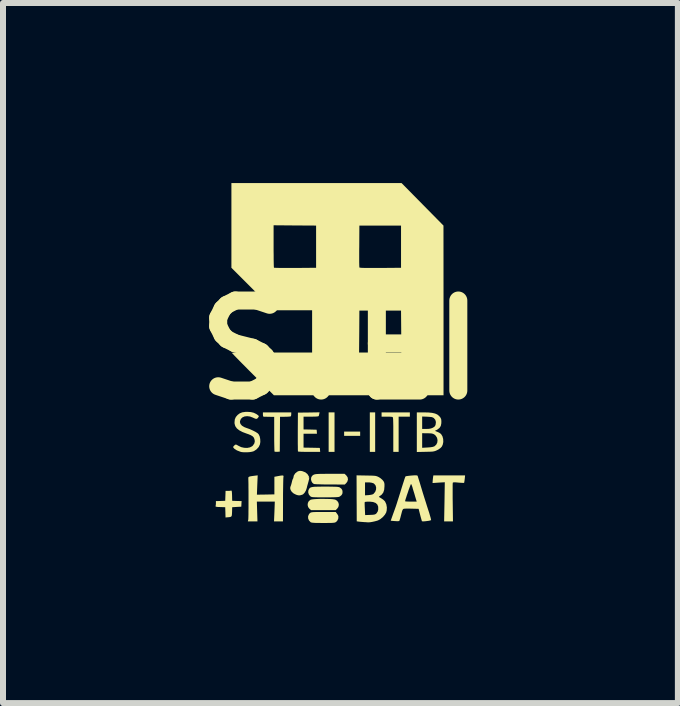
<source format=kicad_pcb>
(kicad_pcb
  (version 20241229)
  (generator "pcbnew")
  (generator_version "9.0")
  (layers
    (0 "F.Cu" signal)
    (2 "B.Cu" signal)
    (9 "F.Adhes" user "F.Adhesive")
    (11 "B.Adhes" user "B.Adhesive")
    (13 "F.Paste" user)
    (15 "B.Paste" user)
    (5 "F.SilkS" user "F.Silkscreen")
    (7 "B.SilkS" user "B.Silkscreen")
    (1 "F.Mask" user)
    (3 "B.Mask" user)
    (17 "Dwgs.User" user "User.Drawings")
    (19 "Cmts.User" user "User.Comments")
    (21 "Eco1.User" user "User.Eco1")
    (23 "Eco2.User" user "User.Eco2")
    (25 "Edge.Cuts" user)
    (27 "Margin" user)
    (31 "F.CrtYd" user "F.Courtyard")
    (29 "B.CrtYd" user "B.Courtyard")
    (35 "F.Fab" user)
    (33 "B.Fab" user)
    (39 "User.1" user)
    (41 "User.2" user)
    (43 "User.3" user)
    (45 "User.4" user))
  (footprint "STEI"
    (layer "F.Cu")
    (at 2.621 2.778)
    (property "Reference" "STEI" (at 0 0 0) (layer "F.SilkS") (effects (font (size 1.5 1.5) (thickness 0.3))))
    (attr board_only exclude_from_pos_files exclude_from_bom)
    (fp_poly (pts (xy -0.098 1.371) (xy -0.098 1.7) (xy -0.147 1.7) (xy -0.196 1.7) (xy -0.196 1.371) (xy -0.196 1.042) (xy -0.147 1.042) (xy -0.098 1.042)) (stroke (width 0) (type solid)) (fill yes) (layer "F.SilkS"))
    (fp_poly (pts (xy 0.329 1.398) (xy 0.329 1.433) (xy 0.196 1.433) (xy 0.062 1.433) (xy 0.062 1.398) (xy 0.062 1.362) (xy 0.196 1.362) (xy 0.329 1.362)) (stroke (width 0) (type solid)) (fill yes) (layer "F.SilkS"))
    (fp_poly (pts (xy 0.579 1.371) (xy 0.579 1.7) (xy 0.534 1.7) (xy 0.49 1.7) (xy 0.49 1.371) (xy 0.49 1.042) (xy 0.534 1.042) (xy 0.579 1.042)) (stroke (width 0) (type solid)) (fill yes) (layer "F.SilkS"))
    (fp_poly (pts (xy -0.226 2.484) (xy -0.175 2.485) (xy -0.131 2.488) (xy -0.099 2.493) (xy -0.085 2.496) (xy -0.052 2.518) (xy -0.032 2.549) (xy -0.026 2.583) (xy -0.034 2.618) (xy -0.053 2.645) (xy -0.079 2.671) (xy -0.284 2.671) (xy -0.488 2.671) (xy -0.515 2.649) (xy -0.537 2.62) (xy -0.546 2.585) (xy -0.542 2.551) (xy -0.526 2.52) (xy -0.498 2.498) (xy -0.495 2.497) (xy -0.473 2.492) (xy -0.437 2.488) (xy -0.391 2.485) (xy -0.338 2.483) (xy -0.282 2.483)) (stroke (width 0) (type solid)) (fill yes) (layer "F.SilkS"))
    (fp_poly (pts (xy 1.157 1.077) (xy 1.157 1.113) (xy 1.064 1.113) (xy 0.97 1.113) (xy 0.97 1.407) (xy 0.97 1.7) (xy 0.926 1.7) (xy 0.881 1.7) (xy 0.881 1.412) (xy 0.881 1.332) (xy 0.881 1.268) (xy 0.88 1.218) (xy 0.879 1.181) (xy 0.878 1.154) (xy 0.876 1.136) (xy 0.873 1.125) (xy 0.87 1.12) (xy 0.867 1.118) (xy 0.853 1.116) (xy 0.825 1.114) (xy 0.789 1.113) (xy 0.769 1.113) (xy 0.686 1.113) (xy 0.686 1.077) (xy 0.686 1.042) (xy 0.921 1.042) (xy 1.157 1.042)) (stroke (width 0) (type solid)) (fill yes) (layer "F.SilkS"))
    (fp_poly (pts (xy 0.097 2.091) (xy 0.12 2.123) (xy 0.126 2.159) (xy 0.116 2.194) (xy 0.099 2.218) (xy 0.073 2.244) (xy -0.175 2.243) (xy -0.241 2.243) (xy -0.301 2.242) (xy -0.354 2.24) (xy -0.397 2.239) (xy -0.427 2.237) (xy -0.442 2.235) (xy -0.442 2.235) (xy -0.466 2.217) (xy -0.483 2.188) (xy -0.49 2.156) (xy -0.486 2.125) (xy -0.478 2.11) (xy -0.468 2.097) (xy -0.457 2.087) (xy -0.444 2.08) (xy -0.427 2.074) (xy -0.403 2.07) (xy -0.37 2.068) (xy -0.327 2.066) (xy -0.271 2.066) (xy -0.199 2.065) (xy -0.177 2.065) (xy 0.069 2.065)) (stroke (width 0) (type solid)) (fill yes) (layer "F.SilkS"))
    (fp_poly (pts (xy -0.819 1.072) (xy -0.821 1.094) (xy -0.827 1.108) (xy -0.828 1.109) (xy -0.841 1.111) (xy -0.866 1.113) (xy -0.901 1.115) (xy -0.922 1.115) (xy -1.006 1.116) (xy -1.008 1.406) (xy -1.01 1.696) (xy -1.052 1.699) (xy -1.077 1.699) (xy -1.095 1.696) (xy -1.098 1.694) (xy -1.099 1.683) (xy -1.1 1.657) (xy -1.101 1.618) (xy -1.102 1.567) (xy -1.103 1.507) (xy -1.103 1.44) (xy -1.103 1.402) (xy -1.103 1.117) (xy -1.186 1.116) (xy -1.224 1.115) (xy -1.255 1.114) (xy -1.275 1.114) (xy -1.28 1.114) (xy -1.288 1.105) (xy -1.291 1.081) (xy -1.291 1.077) (xy -1.291 1.042) (xy -1.055 1.042) (xy -0.819 1.042)) (stroke (width 0) (type solid)) (fill yes) (layer "F.SilkS"))
    (fp_poly (pts (xy 2.071 2.152) (xy 2.067 2.183) (xy 2.063 2.206) (xy 2.061 2.216) (xy 2.051 2.217) (xy 2.027 2.216) (xy 1.993 2.214) (xy 1.966 2.212) (xy 1.924 2.208) (xy 1.896 2.207) (xy 1.88 2.209) (xy 1.872 2.214) (xy 1.872 2.215) (xy 1.871 2.226) (xy 1.87 2.253) (xy 1.87 2.294) (xy 1.87 2.346) (xy 1.87 2.407) (xy 1.87 2.476) (xy 1.871 2.542) (xy 1.875 2.858) (xy 1.801 2.858) (xy 1.728 2.858) (xy 1.734 2.532) (xy 1.739 2.206) (xy 1.637 2.212) (xy 1.535 2.219) (xy 1.538 2.175) (xy 1.541 2.145) (xy 1.544 2.12) (xy 1.545 2.112) (xy 1.549 2.092) (xy 1.813 2.092) (xy 2.077 2.092)) (stroke (width 0) (type solid)) (fill yes) (layer "F.SilkS"))
    (fp_poly (pts (xy -0.058 2.728) (xy -0.043 2.75) (xy -0.034 2.771) (xy -0.034 2.772) (xy -0.035 2.808) (xy -0.049 2.842) (xy -0.07 2.866) (xy -0.08 2.872) (xy -0.091 2.877) (xy -0.106 2.88) (xy -0.128 2.882) (xy -0.159 2.884) (xy -0.201 2.884) (xy -0.257 2.885) (xy -0.287 2.885) (xy -0.352 2.884) (xy -0.402 2.884) (xy -0.438 2.882) (xy -0.464 2.88) (xy -0.482 2.877) (xy -0.493 2.873) (xy -0.497 2.871) (xy -0.524 2.842) (xy -0.538 2.807) (xy -0.538 2.771) (xy -0.523 2.737) (xy -0.511 2.723) (xy -0.503 2.717) (xy -0.495 2.711) (xy -0.484 2.708) (xy -0.468 2.705) (xy -0.444 2.703) (xy -0.411 2.702) (xy -0.364 2.702) (xy -0.303 2.702) (xy -0.283 2.702) (xy -0.078 2.702)) (stroke (width 0) (type solid)) (fill yes) (layer "F.SilkS"))
    (fp_poly (pts (xy -1.811 2.352) (xy -1.808 2.37) (xy -1.806 2.402) (xy -1.805 2.427) (xy -1.803 2.515) (xy -1.724 2.518) (xy -1.646 2.52) (xy -1.649 2.567) (xy -1.651 2.613) (xy -1.727 2.617) (xy -1.803 2.622) (xy -1.805 2.7) (xy -1.807 2.739) (xy -1.81 2.763) (xy -1.818 2.777) (xy -1.832 2.784) (xy -1.856 2.788) (xy -1.872 2.789) (xy -1.914 2.793) (xy -1.916 2.708) (xy -1.919 2.622) (xy -2.002 2.619) (xy -2.041 2.618) (xy -2.065 2.615) (xy -2.077 2.612) (xy -2.08 2.606) (xy -2.08 2.603) (xy -2.076 2.585) (xy -2.074 2.56) (xy -2.074 2.555) (xy -2.074 2.52) (xy -1.996 2.518) (xy -1.919 2.515) (xy -1.916 2.433) (xy -1.913 2.35) (xy -1.874 2.35) (xy -1.847 2.349) (xy -1.826 2.346) (xy -1.822 2.345) (xy -1.815 2.345)) (stroke (width 0) (type solid)) (fill yes) (layer "F.SilkS"))
    (fp_poly (pts (xy -0.352 1.066) (xy -0.357 1.088) (xy -0.361 1.102) (xy -0.368 1.107) (xy -0.386 1.11) (xy -0.417 1.112) (xy -0.463 1.113) (xy -0.489 1.113) (xy -0.614 1.113) (xy -0.614 1.219) (xy -0.614 1.326) (xy -0.505 1.328) (xy -0.396 1.331) (xy -0.393 1.364) (xy -0.391 1.398) (xy -0.502 1.398) (xy -0.614 1.398) (xy -0.614 1.513) (xy -0.614 1.629) (xy -0.479 1.631) (xy -0.343 1.634) (xy -0.34 1.667) (xy -0.337 1.7) (xy -0.52 1.7) (xy -0.575 1.7) (xy -0.624 1.699) (xy -0.664 1.698) (xy -0.692 1.696) (xy -0.706 1.694) (xy -0.707 1.693) (xy -0.708 1.683) (xy -0.709 1.657) (xy -0.709 1.617) (xy -0.71 1.566) (xy -0.71 1.505) (xy -0.71 1.436) (xy -0.71 1.366) (xy -0.708 1.046) (xy -0.527 1.044) (xy -0.347 1.041)) (stroke (width 0) (type solid)) (fill yes) (layer "F.SilkS"))
    (fp_poly (pts (xy -0.183 2.279) (xy -0.129 2.28) (xy -0.087 2.281) (xy -0.057 2.282) (xy -0.036 2.285) (xy -0.021 2.288) (xy -0.011 2.292) (xy -0.009 2.294) (xy 0.019 2.316) (xy 0.032 2.34) (xy 0.036 2.368) (xy 0.032 2.399) (xy 0.017 2.422) (xy -0.009 2.443) (xy -0.018 2.447) (xy -0.03 2.451) (xy -0.049 2.453) (xy -0.077 2.455) (xy -0.114 2.456) (xy -0.165 2.457) (xy -0.23 2.457) (xy -0.255 2.457) (xy -0.324 2.457) (xy -0.377 2.457) (xy -0.418 2.456) (xy -0.447 2.455) (xy -0.468 2.453) (xy -0.482 2.45) (xy -0.492 2.446) (xy -0.5 2.44) (xy -0.502 2.439) (xy -0.525 2.411) (xy -0.536 2.378) (xy -0.534 2.344) (xy -0.529 2.332) (xy -0.521 2.316) (xy -0.512 2.304) (xy -0.5 2.295) (xy -0.483 2.289) (xy -0.459 2.284) (xy -0.426 2.281) (xy -0.382 2.28) (xy -0.324 2.279) (xy -0.254 2.279)) (stroke (width 0) (type solid)) (fill yes) (layer "F.SilkS"))
    (fp_poly (pts (xy -0.645 2.019) (xy -0.632 2.022) (xy -0.584 2.041) (xy -0.55 2.069) (xy -0.53 2.101) (xy -0.522 2.119) (xy -0.52 2.135) (xy -0.522 2.154) (xy -0.529 2.182) (xy -0.532 2.195) (xy -0.543 2.234) (xy -0.554 2.273) (xy -0.56 2.3) (xy -0.575 2.344) (xy -0.596 2.38) (xy -0.62 2.405) (xy -0.632 2.412) (xy -0.664 2.422) (xy -0.69 2.425) (xy -0.718 2.42) (xy -0.739 2.413) (xy -0.779 2.393) (xy -0.81 2.366) (xy -0.83 2.334) (xy -0.837 2.302) (xy -0.83 2.273) (xy -0.823 2.256) (xy -0.815 2.228) (xy -0.81 2.208) (xy -0.803 2.179) (xy -0.796 2.158) (xy -0.792 2.15) (xy -0.785 2.137) (xy -0.785 2.134) (xy -0.784 2.132) (xy -0.534 2.132) (xy -0.53 2.137) (xy -0.525 2.132) (xy -0.53 2.128) (xy -0.534 2.132) (xy -0.784 2.132) (xy -0.776 2.094) (xy -0.753 2.058) (xy -0.718 2.03) (xy -0.699 2.021) (xy -0.674 2.016)) (stroke (width 0) (type solid)) (fill yes) (layer "F.SilkS"))
    (fp_poly (pts (xy -1.385 2.252) (xy -1.391 2.413) (xy -1.245 2.411) (xy -1.1 2.408) (xy -1.1 2.261) (xy -1.1 2.115) (xy -1.042 2.104) (xy -0.999 2.096) (xy -0.971 2.093) (xy -0.955 2.094) (xy -0.948 2.101) (xy -0.948 2.114) (xy -0.95 2.126) (xy -0.951 2.142) (xy -0.952 2.174) (xy -0.953 2.219) (xy -0.954 2.276) (xy -0.955 2.342) (xy -0.956 2.414) (xy -0.956 2.492) (xy -0.956 2.508) (xy -0.957 2.858) (xy -1.031 2.858) (xy -1.106 2.858) (xy -1.099 2.693) (xy -1.093 2.528) (xy -1.242 2.528) (xy -1.392 2.528) (xy -1.387 2.693) (xy -1.382 2.858) (xy -1.462 2.858) (xy -1.542 2.858) (xy -1.535 2.829) (xy -1.534 2.815) (xy -1.533 2.786) (xy -1.532 2.744) (xy -1.532 2.691) (xy -1.531 2.631) (xy -1.531 2.565) (xy -1.531 2.496) (xy -1.531 2.426) (xy -1.531 2.357) (xy -1.532 2.294) (xy -1.532 2.236) (xy -1.533 2.188) (xy -1.534 2.152) (xy -1.534 2.146) (xy -1.534 2.131) (xy -1.53 2.12) (xy -1.519 2.113) (xy -1.498 2.107) (xy -1.465 2.102) (xy -1.427 2.097) (xy -1.378 2.091)) (stroke (width 0) (type solid)) (fill yes) (layer "F.SilkS"))
    (fp_poly (pts (xy -1.492 1.037) (xy -1.445 1.048) (xy -1.403 1.068) (xy -1.384 1.081) (xy -1.365 1.096) (xy -1.359 1.107) (xy -1.363 1.117) (xy -1.369 1.126) (xy -1.383 1.143) (xy -1.397 1.15) (xy -1.415 1.148) (xy -1.442 1.137) (xy -1.456 1.13) (xy -1.506 1.111) (xy -1.554 1.105) (xy -1.597 1.11) (xy -1.633 1.126) (xy -1.659 1.152) (xy -1.672 1.187) (xy -1.674 1.203) (xy -1.665 1.235) (xy -1.64 1.264) (xy -1.6 1.288) (xy -1.569 1.3) (xy -1.51 1.321) (xy -1.457 1.345) (xy -1.412 1.368) (xy -1.378 1.39) (xy -1.362 1.407) (xy -1.345 1.442) (xy -1.336 1.487) (xy -1.334 1.535) (xy -1.341 1.576) (xy -1.362 1.62) (xy -1.398 1.659) (xy -1.442 1.688) (xy -1.471 1.697) (xy -1.512 1.704) (xy -1.559 1.707) (xy -1.605 1.707) (xy -1.647 1.703) (xy -1.669 1.697) (xy -1.725 1.675) (xy -1.765 1.649) (xy -1.775 1.639) (xy -1.786 1.625) (xy -1.786 1.615) (xy -1.775 1.601) (xy -1.772 1.598) (xy -1.756 1.583) (xy -1.743 1.578) (xy -1.728 1.582) (xy -1.704 1.596) (xy -1.7 1.598) (xy -1.653 1.621) (xy -1.603 1.632) (xy -1.553 1.634) (xy -1.507 1.625) (xy -1.47 1.606) (xy -1.456 1.592) (xy -1.433 1.557) (xy -1.426 1.521) (xy -1.433 1.486) (xy -1.444 1.46) (xy -1.463 1.44) (xy -1.493 1.422) (xy -1.536 1.404) (xy -1.558 1.397) (xy -1.63 1.37) (xy -1.685 1.341) (xy -1.725 1.309) (xy -1.751 1.272) (xy -1.763 1.231) (xy -1.764 1.207) (xy -1.759 1.158) (xy -1.742 1.119) (xy -1.712 1.084) (xy -1.677 1.058) (xy -1.635 1.041) (xy -1.583 1.034) (xy -1.552 1.033)) (stroke (width 0) (type solid)) (fill yes) (layer "F.SilkS"))
    (fp_poly (pts (xy 1.468 1.044) (xy 1.528 1.05) (xy 1.576 1.061) (xy 1.613 1.077) (xy 1.642 1.1) (xy 1.647 1.105) (xy 1.668 1.131) (xy 1.679 1.157) (xy 1.682 1.188) (xy 1.681 1.225) (xy 1.672 1.268) (xy 1.651 1.301) (xy 1.616 1.328) (xy 1.604 1.335) (xy 1.574 1.35) (xy 1.615 1.366) (xy 1.645 1.38) (xy 1.671 1.398) (xy 1.678 1.405) (xy 1.7 1.441) (xy 1.712 1.486) (xy 1.714 1.535) (xy 1.704 1.582) (xy 1.688 1.614) (xy 1.667 1.636) (xy 1.635 1.659) (xy 1.616 1.669) (xy 1.595 1.679) (xy 1.577 1.686) (xy 1.558 1.691) (xy 1.534 1.695) (xy 1.502 1.697) (xy 1.458 1.698) (xy 1.418 1.699) (xy 1.273 1.702) (xy 1.273 1.51) (xy 1.362 1.51) (xy 1.362 1.632) (xy 1.451 1.627) (xy 1.502 1.623) (xy 1.538 1.617) (xy 1.564 1.608) (xy 1.569 1.605) (xy 1.597 1.579) (xy 1.614 1.544) (xy 1.618 1.505) (xy 1.61 1.466) (xy 1.589 1.432) (xy 1.584 1.427) (xy 1.566 1.411) (xy 1.547 1.401) (xy 1.524 1.394) (xy 1.492 1.391) (xy 1.447 1.39) (xy 1.44 1.39) (xy 1.362 1.389) (xy 1.362 1.51) (xy 1.273 1.51) (xy 1.273 1.372) (xy 1.273 1.214) (xy 1.362 1.214) (xy 1.362 1.318) (xy 1.431 1.318) (xy 1.476 1.316) (xy 1.511 1.309) (xy 1.537 1.299) (xy 1.564 1.283) (xy 1.579 1.264) (xy 1.586 1.246) (xy 1.591 1.203) (xy 1.581 1.166) (xy 1.555 1.136) (xy 1.555 1.136) (xy 1.539 1.127) (xy 1.519 1.12) (xy 1.49 1.117) (xy 1.447 1.114) (xy 1.446 1.114) (xy 1.362 1.111) (xy 1.362 1.214) (xy 1.273 1.214) (xy 1.273 1.042) (xy 1.393 1.042)) (stroke (width 0) (type solid)) (fill yes) (layer "F.SilkS"))
    (fp_poly (pts (xy 0.431 2.094) (xy 0.489 2.095) (xy 0.532 2.096) (xy 0.564 2.098) (xy 0.588 2.101) (xy 0.606 2.106) (xy 0.622 2.112) (xy 0.636 2.119) (xy 0.668 2.139) (xy 0.697 2.164) (xy 0.707 2.175) (xy 0.722 2.195) (xy 0.73 2.214) (xy 0.734 2.237) (xy 0.734 2.272) (xy 0.734 2.273) (xy 0.729 2.332) (xy 0.714 2.378) (xy 0.687 2.413) (xy 0.671 2.425) (xy 0.652 2.438) (xy 0.642 2.447) (xy 0.641 2.448) (xy 0.648 2.455) (xy 0.667 2.466) (xy 0.682 2.475) (xy 0.713 2.496) (xy 0.74 2.522) (xy 0.746 2.531) (xy 0.765 2.574) (xy 0.774 2.625) (xy 0.771 2.677) (xy 0.762 2.711) (xy 0.741 2.747) (xy 0.708 2.785) (xy 0.668 2.818) (xy 0.628 2.841) (xy 0.603 2.849) (xy 0.569 2.858) (xy 0.532 2.866) (xy 0.496 2.872) (xy 0.469 2.874) (xy 0.459 2.874) (xy 0.445 2.873) (xy 0.42 2.871) (xy 0.396 2.87) (xy 0.36 2.867) (xy 0.324 2.864) (xy 0.307 2.862) (xy 0.272 2.857) (xy 0.271 2.573) (xy 0.404 2.573) (xy 0.405 2.608) (xy 0.407 2.648) (xy 0.412 2.753) (xy 0.495 2.75) (xy 0.535 2.748) (xy 0.562 2.745) (xy 0.579 2.74) (xy 0.592 2.732) (xy 0.602 2.723) (xy 0.622 2.692) (xy 0.63 2.659) (xy 0.629 2.612) (xy 0.615 2.577) (xy 0.587 2.551) (xy 0.544 2.535) (xy 0.487 2.529) (xy 0.475 2.529) (xy 0.443 2.53) (xy 0.418 2.532) (xy 0.406 2.536) (xy 0.406 2.536) (xy 0.404 2.547) (xy 0.404 2.573) (xy 0.271 2.573) (xy 0.27 2.474) (xy 0.27 2.316) (xy 0.41 2.316) (xy 0.41 2.424) (xy 0.472 2.42) (xy 0.514 2.414) (xy 0.542 2.406) (xy 0.553 2.398) (xy 0.58 2.365) (xy 0.594 2.327) (xy 0.595 2.29) (xy 0.584 2.256) (xy 0.56 2.229) (xy 0.547 2.222) (xy 0.521 2.214) (xy 0.486 2.209) (xy 0.464 2.208) (xy 0.41 2.208) (xy 0.41 2.316) (xy 0.27 2.316) (xy 0.269 2.091)) (stroke (width 0) (type solid)) (fill yes) (layer "F.SilkS"))
    (fp_poly (pts (xy 1.368 -2.424) (xy 1.717 -2.07) (xy 1.718 -0.657) (xy 1.718 0.757) (xy 0.305 0.757) (xy -1.108 0.757) (xy -1.461 0.405) (xy -1.526 0.34) (xy -1.587 0.278) (xy -1.643 0.222) (xy -1.693 0.171) (xy -1.735 0.128) (xy -1.769 0.093) (xy -1.793 0.067) (xy -1.807 0.053) (xy -1.809 0.049) (xy -1.799 0.048) (xy -1.774 0.048) (xy -1.733 0.047) (xy -1.678 0.046) (xy -1.611 0.046) (xy -1.533 0.045) (xy -1.445 0.045) (xy -1.349 0.045) (xy -1.246 0.045) (xy -1.137 0.045) (xy -1.102 0.045) (xy -0.401 0.045) (xy 0.311 0.045) (xy 0.663 0.045) (xy 1.015 0.045) (xy 1.013 -0.305) (xy 1.01 -0.654) (xy 0.663 -0.654) (xy 0.316 -0.654) (xy 0.314 -0.305) (xy 0.311 0.045) (xy -0.401 0.045) (xy -0.401 -0.307) (xy -0.401 -0.659) (xy -0.755 -0.659) (xy -1.108 -0.659) (xy -1.462 -1.013) (xy -1.816 -1.367) (xy -1.816 -1.724) (xy -1.113 -1.724) (xy -1.113 -1.647) (xy -1.112 -1.575) (xy -1.112 -1.511) (xy -1.111 -1.457) (xy -1.11 -1.413) (xy -1.109 -1.384) (xy -1.107 -1.369) (xy -1.107 -1.368) (xy -1.097 -1.367) (xy -1.071 -1.366) (xy -1.031 -1.365) (xy -0.98 -1.364) (xy -0.918 -1.364) (xy -0.848 -1.364) (xy -0.773 -1.364) (xy -0.753 -1.364) (xy -0.405 -1.367) (xy -0.405 -1.579) (xy 0.313 -1.579) (xy 0.313 -1.515) (xy 0.313 -1.461) (xy 0.314 -1.418) (xy 0.315 -1.388) (xy 0.316 -1.374) (xy 0.316 -1.373) (xy 0.32 -1.37) (xy 0.333 -1.368) (xy 0.355 -1.366) (xy 0.387 -1.365) (xy 0.431 -1.364) (xy 0.489 -1.364) (xy 0.561 -1.364) (xy 0.65 -1.364) (xy 0.665 -1.364) (xy 1.01 -1.367) (xy 1.01 -1.718) (xy 1.01 -2.07) (xy 0.663 -2.07) (xy 0.316 -2.07) (xy 0.314 -1.727) (xy 0.313 -1.65) (xy 0.313 -1.579) (xy -0.405 -1.579) (xy -0.405 -1.718) (xy -0.405 -2.07) (xy -0.759 -2.072) (xy -1.113 -2.075) (xy -1.113 -1.724) (xy -1.816 -1.724) (xy -1.816 -2.072) (xy -1.816 -2.778) (xy -0.398 -2.778) (xy 1.019 -2.778)) (stroke (width 0) (type solid)) (fill yes) (layer "F.SilkS"))
    (fp_poly (pts (xy 1.275 2.092) (xy 1.284 2.096) (xy 1.287 2.101) (xy 1.291 2.113) (xy 1.299 2.14) (xy 1.311 2.178) (xy 1.326 2.226) (xy 1.342 2.28) (xy 1.35 2.306) (xy 1.371 2.376) (xy 1.395 2.453) (xy 1.42 2.531) (xy 1.443 2.605) (xy 1.462 2.664) (xy 1.479 2.715) (xy 1.492 2.761) (xy 1.503 2.798) (xy 1.509 2.824) (xy 1.511 2.836) (xy 1.511 2.837) (xy 1.498 2.842) (xy 1.474 2.848) (xy 1.443 2.852) (xy 1.411 2.856) (xy 1.383 2.858) (xy 1.363 2.857) (xy 1.357 2.854) (xy 1.354 2.842) (xy 1.347 2.817) (xy 1.337 2.782) (xy 1.328 2.747) (xy 1.303 2.649) (xy 1.189 2.646) (xy 1.144 2.645) (xy 1.104 2.645) (xy 1.073 2.646) (xy 1.056 2.648) (xy 1.055 2.648) (xy 1.043 2.655) (xy 1.033 2.672) (xy 1.023 2.702) (xy 1.022 2.708) (xy 1.008 2.761) (xy 0.998 2.8) (xy 0.99 2.825) (xy 0.985 2.841) (xy 0.981 2.85) (xy 0.979 2.852) (xy 0.968 2.854) (xy 0.944 2.855) (xy 0.912 2.853) (xy 0.906 2.853) (xy 0.838 2.847) (xy 0.878 2.734) (xy 0.901 2.671) (xy 0.921 2.615) (xy 0.939 2.561) (xy 0.951 2.522) (xy 1.077 2.522) (xy 1.086 2.525) (xy 1.108 2.527) (xy 1.141 2.528) (xy 1.174 2.528) (xy 1.271 2.528) (xy 1.246 2.446) (xy 1.233 2.4) (xy 1.218 2.352) (xy 1.205 2.309) (xy 1.203 2.299) (xy 1.193 2.268) (xy 1.184 2.246) (xy 1.177 2.235) (xy 1.176 2.235) (xy 1.172 2.243) (xy 1.163 2.264) (xy 1.151 2.296) (xy 1.137 2.334) (xy 1.123 2.377) (xy 1.108 2.419) (xy 1.096 2.458) (xy 1.085 2.491) (xy 1.079 2.514) (xy 1.077 2.522) (xy 0.951 2.522) (xy 0.957 2.504) (xy 0.977 2.44) (xy 0.997 2.377) (xy 1.021 2.298) (xy 1.041 2.235) (xy 1.057 2.186) (xy 1.068 2.151) (xy 1.077 2.126) (xy 1.083 2.112) (xy 1.085 2.108) (xy 1.096 2.105) (xy 1.121 2.101) (xy 1.155 2.097) (xy 1.186 2.094) (xy 1.229 2.091) (xy 1.258 2.091)) (stroke (width 0) (type solid)) (fill yes) (layer "F.SilkS")))
  (gr_rect
    (start -3 -3)
    (end 8.243 8.663)
    (stroke (width 0.1) (type default))
    (fill no)
    (layer "Edge.Cuts")))
</source>
